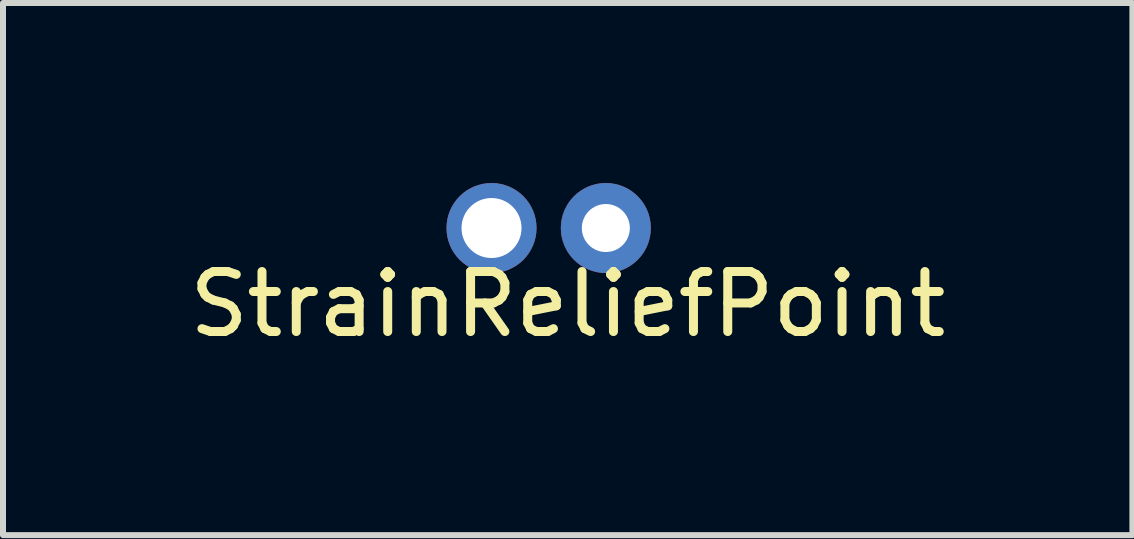
<source format=kicad_pcb>
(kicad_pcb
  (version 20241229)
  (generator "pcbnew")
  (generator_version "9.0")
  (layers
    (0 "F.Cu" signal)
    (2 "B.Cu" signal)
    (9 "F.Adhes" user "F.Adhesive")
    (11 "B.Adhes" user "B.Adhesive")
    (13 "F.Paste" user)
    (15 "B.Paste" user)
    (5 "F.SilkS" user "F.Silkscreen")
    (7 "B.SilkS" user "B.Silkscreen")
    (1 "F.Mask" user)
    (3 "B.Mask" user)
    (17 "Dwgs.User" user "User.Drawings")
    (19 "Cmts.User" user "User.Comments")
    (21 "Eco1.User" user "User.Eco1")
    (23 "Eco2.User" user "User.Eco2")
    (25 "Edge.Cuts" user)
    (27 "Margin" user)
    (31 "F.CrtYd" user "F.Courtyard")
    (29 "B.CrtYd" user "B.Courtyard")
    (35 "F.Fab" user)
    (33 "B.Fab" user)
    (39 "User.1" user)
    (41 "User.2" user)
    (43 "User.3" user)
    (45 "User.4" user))
  (footprint "StrainReliefPoint"
    (layer "F.Cu")
    (at 5.776 0.75)
    (property "Reference" "StrainReliefPoint" (at 0.635 1.27 0) (layer "F.SilkS") (effects (font (size 1 1) (thickness 0.15))))
    (attr through_hole)
    (pad "" np_thru_hole circle (at -0.635 0) (size 1.5 1.5) (drill 1) (layers "*.Cu" "*.Mask"))
    (pad "1" thru_hole circle (at 1.27 0) (size 1.5 1.5) (drill 0.8) (layers "*.Cu" "*.Mask")))
  (gr_rect
    (start -3 -3)
    (end 15.821 5.868)
    (stroke (width 0.1) (type default))
    (fill no)
    (layer "Edge.Cuts")))
</source>
